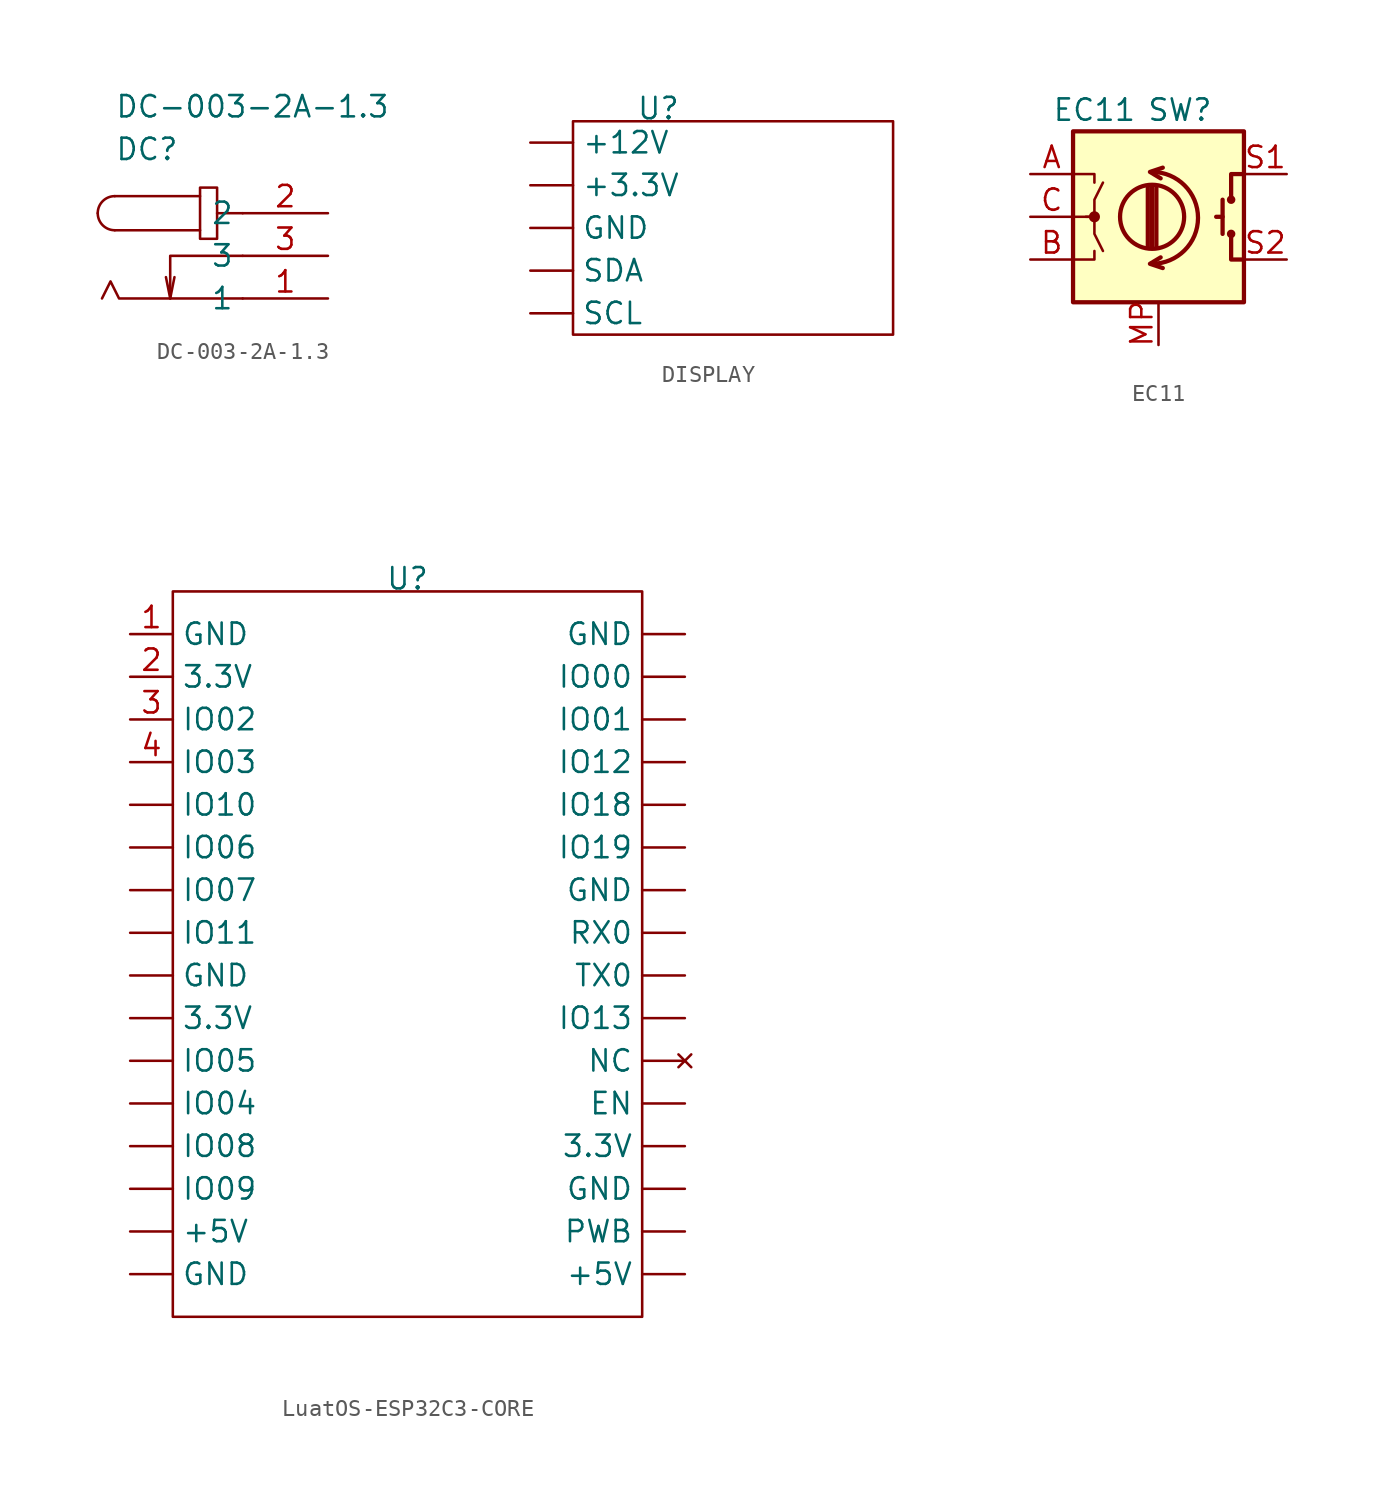
<source format=kicad_sym>
(kicad_symbol_lib
  (version 20231120)
  (generator "kicad_symbol_editor")
  (generator_version "8.0")
  (symbol "DC-003-2A-1.3"
    (property "Reference" "DC"
      (at -5.08 6.35 0)
      (effects (font (size 1.27 1.27)) (justify left)))
    (property "Value" "DC-003-2A-1.3"
      (at -5.08 8.89 0)
      (effects (font (size 1.27 1.27)) (justify left)))
    (symbol "DC-003-2A-1.3_1_1"
      (arc (start -6.096 2.54) (mid -5.7984 1.8216) (end -5.08 1.524) (stroke (width 0.1524) (type default)) (fill (type none)))
      (arc (start -5.08 3.556) (mid -5.7984 3.2584) (end -6.096 2.54) (stroke (width 0.1524) (type default)) (fill (type none)))
      (polyline (pts (xy -1.778 -2.54) (xy -1.524 -1.27)) (stroke (width 0.152) (type default)) (fill (type none)))
      (polyline (pts (xy 0 1.524) (xy -5.08 1.524)) (stroke (width 0.152) (type default)) (fill (type none)))
      (polyline (pts (xy 0 3.556) (xy -5.08 3.556)) (stroke (width 0.152) (type default)) (fill (type none)))
      (polyline (pts (xy 2.54 2.54) (xy 1.016 2.54)) (stroke (width 0.152) (type default)) (fill (type none)))
      (polyline (pts (xy 2.54 -2.54) (xy -4.826 -2.54) (xy -4.826 -2.54) (xy -5.334 -1.524) (xy -5.334 -1.524) (xy -5.842 -2.54)) (stroke (width 0.152) (type default)) (fill (type none)))
      (polyline (pts (xy 2.54 0) (xy -1.778 0) (xy -1.778 0) (xy -1.778 -2.54) (xy -1.778 -2.54) (xy -2.032 -1.27)) (stroke (width 0.152) (type default)) (fill (type none)))
      (rectangle (start 0 1.016) (end 1.016 4.064) (stroke (width 0.152) (type default)) (fill (type none)))
      (pin input line (at 7.62 -2.54 180) (length 5.08) (name "1" (effects (font (size 1.27 1.27)))) (number "1" (effects (font (size 1.27 1.27)))))
      (pin input line (at 7.62 2.54 180) (length 5.08) (name "2" (effects (font (size 1.27 1.27)))) (number "2" (effects (font (size 1.27 1.27)))))
      (pin input line (at 7.62 0 180) (length 5.08) (name "3" (effects (font (size 1.27 1.27)))) (number "3" (effects (font (size 1.27 1.27)))))))
  (symbol "DISPLAY"
    (property "Reference" "U"
      (at 0 0.762 0)
      (effects (font (size 1.27 1.27))))
    (property "Value" ""
      (at 0 0.762 0)
      (effects (font (size 1.27 1.27))))
    (symbol "DISPLAY_0_1"
      (rectangle (start -5.08 0) (end 13.97 -12.7) (stroke (width 0) (type default)) (fill (type none))))
    (symbol "DISPLAY_1_1"
      (pin bidirectional line (at -7.62 -1.27 0) (length 2.54) (name "+12V" (effects (font (size 1.27 1.27)))) (number "" (effects (font (size 1.27 1.27)))))
      (pin bidirectional line (at -7.62 -3.81 0) (length 2.54) (name "+3.3V" (effects (font (size 1.27 1.27)))) (number "" (effects (font (size 1.27 1.27)))))
      (pin bidirectional line (at -7.62 -6.35 0) (length 2.54) (name "GND" (effects (font (size 1.27 1.27)))) (number "" (effects (font (size 1.27 1.27)))))
      (pin bidirectional line (at -7.62 -11.43 0) (length 2.54) (name "SCL" (effects (font (size 1.27 1.27)))) (number "" (effects (font (size 1.27 1.27)))))
      (pin bidirectional line (at -7.62 -8.89 0) (length 2.54) (name "SDA" (effects (font (size 1.27 1.27)))) (number "" (effects (font (size 1.27 1.27)))))))
  (symbol "EC11"
    (pin_names
      (offset 1.016) hide)
    (property "Reference" "SW"
      (at 1.27 0 0)
      (effects (font (size 1.27 1.27))))
    (property "Value" "EC11"
      (at -3.81 0 0)
      (effects (font (size 1.27 1.27))))
    (symbol "EC11_1_1"
      (rectangle (start -5.08 -1.27) (end 5.08 -11.43) (stroke (width 0.254) (type solid)) (fill (type background)))
      (circle (center -3.81 -6.35) (radius 0.254) (stroke (width 0) (type solid)) (fill (type outline)))
      (arc (start -0.381 -9.144) (mid 2.3376 -6.4135) (end -0.381 -3.683) (stroke (width 0.254) (type solid)) (fill (type none)))
      (circle (center -0.381 -6.35) (radius 1.905) (stroke (width 0.254) (type solid)) (fill (type none)))
      (polyline (pts (xy -0.635 -8.128) (xy -0.635 -4.572)) (stroke (width 0.254) (type solid)) (fill (type none)))
      (polyline (pts (xy -0.381 -8.128) (xy -0.381 -4.572)) (stroke (width 0.254) (type solid)) (fill (type none)))
      (polyline (pts (xy -0.127 -4.572) (xy -0.127 -8.128)) (stroke (width 0.254) (type solid)) (fill (type none)))
      (polyline (pts (xy 3.81 -6.35) (xy 3.429 -6.35)) (stroke (width 0.254) (type solid)) (fill (type none)))
      (polyline (pts (xy 3.81 -5.334) (xy 3.81 -7.366)) (stroke (width 0.254) (type solid)) (fill (type none)))
      (polyline (pts (xy -5.08 -8.89) (xy -3.81 -8.89) (xy -3.81 -8.382)) (stroke (width 0) (type solid)) (fill (type none)))
      (polyline (pts (xy -5.08 -3.81) (xy -3.81 -3.81) (xy -3.81 -4.318)) (stroke (width 0) (type solid)) (fill (type none)))
      (polyline (pts (xy 0.254 -9.398) (xy -0.508 -9.144) (xy 0.127 -8.763)) (stroke (width 0.254) (type solid)) (fill (type none)))
      (polyline (pts (xy 0.254 -3.429) (xy -0.508 -3.683) (xy 0.127 -4.064)) (stroke (width 0.254) (type solid)) (fill (type none)))
      (polyline (pts (xy 5.08 -8.89) (xy 4.318 -8.89) (xy 4.318 -7.366)) (stroke (width 0.254) (type solid)) (fill (type none)))
      (polyline (pts (xy 5.08 -3.81) (xy 4.318 -3.81) (xy 4.318 -5.334)) (stroke (width 0.254) (type solid)) (fill (type none)))
      (polyline (pts (xy -5.08 -6.35) (xy -3.81 -6.35) (xy -3.81 -7.366) (xy -3.302 -8.382)) (stroke (width 0) (type solid)) (fill (type none)))
      (polyline (pts (xy -4.318 -6.35) (xy -3.81 -6.35) (xy -3.81 -5.334) (xy -3.302 -4.318)) (stroke (width 0) (type solid)) (fill (type none)))
      (circle (center 4.318 -7.366) (radius 0.127) (stroke (width 0.254) (type solid)) (fill (type none)))
      (circle (center 4.318 -5.334) (radius 0.127) (stroke (width 0.254) (type solid)) (fill (type none)))
      (pin passive line (at -7.62 -3.81 0) (length 2.54) (name "A" (effects (font (size 1.27 1.27)))) (number "A" (effects (font (size 1.27 1.27)))))
      (pin passive line (at -7.62 -8.89 0) (length 2.54) (name "B" (effects (font (size 1.27 1.27)))) (number "B" (effects (font (size 1.27 1.27)))))
      (pin passive line (at -7.62 -6.35 0) (length 2.54) (name "C" (effects (font (size 1.27 1.27)))) (number "C" (effects (font (size 1.27 1.27)))))
      (pin passive line (at 0 -13.97 90) (length 2.54) (name "MP" (effects (font (size 1.27 1.27)))) (number "MP" (effects (font (size 1.27 1.27)))))
      (pin passive line (at 7.62 -3.81 180) (length 2.54) (name "S1" (effects (font (size 1.27 1.27)))) (number "S1" (effects (font (size 1.27 1.27)))))
      (pin passive line (at 7.62 -8.89 180) (length 2.54) (name "S2" (effects (font (size 1.27 1.27)))) (number "S2" (effects (font (size 1.27 1.27)))))))
  (symbol "LuatOS-ESP32C3-CORE"
    (property "Reference" "U"
      (at 0 0.762 0)
      (effects (font (size 1.27 1.27))))
    (property "Value" ""
      (at 0 0 0)
      (effects (font (size 1.27 1.27))))
    (symbol "LuatOS-ESP32C3-CORE_0_1"
      (rectangle (start -13.97 0) (end 13.97 -43.18) (stroke (width 0) (type default)) (fill (type none))))
    (symbol "LuatOS-ESP32C3-CORE_1_1"
      (pin power_in line (at -16.51 -38.1 0) (length 2.54) (name "+5V" (effects (font (size 1.27 1.27)))) (number "" (effects (font (size 1.27 1.27)))))
      (pin power_in line (at 16.51 -40.64 180) (length 2.54) (name "+5V" (effects (font (size 1.27 1.27)))) (number "" (effects (font (size 1.27 1.27)))))
      (pin power_in line (at -16.51 -25.4 0) (length 2.54) (name "3.3V" (effects (font (size 1.27 1.27)))) (number "" (effects (font (size 1.27 1.27)))))
      (pin power_in line (at 16.51 -33.02 180) (length 2.54) (name "3.3V" (effects (font (size 1.27 1.27)))) (number "" (effects (font (size 1.27 1.27)))))
      (pin input line (at 16.51 -30.48 180) (length 2.54) (name "EN" (effects (font (size 1.27 1.27)))) (number "" (effects (font (size 1.27 1.27)))))
      (pin power_in line (at -16.51 -40.64 0) (length 2.54) (name "GND" (effects (font (size 1.27 1.27)))) (number "" (effects (font (size 1.27 1.27)))))
      (pin power_in line (at -16.51 -22.86 0) (length 2.54) (name "GND" (effects (font (size 1.27 1.27)))) (number "" (effects (font (size 1.27 1.27)))))
      (pin power_in line (at 16.51 -35.56 180) (length 2.54) (name "GND" (effects (font (size 1.27 1.27)))) (number "" (effects (font (size 1.27 1.27)))))
      (pin power_in line (at 16.51 -17.78 180) (length 2.54) (name "GND" (effects (font (size 1.27 1.27)))) (number "" (effects (font (size 1.27 1.27)))))
      (pin power_in line (at 16.51 -2.54 180) (length 2.54) (name "GND" (effects (font (size 1.27 1.27)))) (number "" (effects (font (size 1.27 1.27)))))
      (pin bidirectional line (at 16.51 -5.08 180) (length 2.54) (name "IO00" (effects (font (size 1.27 1.27)))) (number "" (effects (font (size 1.27 1.27)))))
      (pin bidirectional line (at 16.51 -7.62 180) (length 2.54) (name "IO01" (effects (font (size 1.27 1.27)))) (number "" (effects (font (size 1.27 1.27)))))
      (pin bidirectional line (at -16.51 -30.48 0) (length 2.54) (name "IO04" (effects (font (size 1.27 1.27)))) (number "" (effects (font (size 1.27 1.27)))))
      (pin bidirectional line (at -16.51 -27.94 0) (length 2.54) (name "IO05" (effects (font (size 1.27 1.27)))) (number "" (effects (font (size 1.27 1.27)))))
      (pin bidirectional line (at -16.51 -15.24 0) (length 2.54) (name "IO06" (effects (font (size 1.27 1.27)))) (number "" (effects (font (size 1.27 1.27)))))
      (pin bidirectional line (at -16.51 -17.78 0) (length 2.54) (name "IO07" (effects (font (size 1.27 1.27)))) (number "" (effects (font (size 1.27 1.27)))))
      (pin bidirectional line (at -16.51 -33.02 0) (length 2.54) (name "IO08" (effects (font (size 1.27 1.27)))) (number "" (effects (font (size 1.27 1.27)))))
      (pin bidirectional line (at -16.51 -35.56 0) (length 2.54) (name "IO09" (effects (font (size 1.27 1.27)))) (number "" (effects (font (size 1.27 1.27)))))
      (pin bidirectional line (at -16.51 -12.7 0) (length 2.54) (name "IO10" (effects (font (size 1.27 1.27)))) (number "" (effects (font (size 1.27 1.27)))))
      (pin bidirectional line (at -16.51 -20.32 0) (length 2.54) (name "IO11" (effects (font (size 1.27 1.27)))) (number "" (effects (font (size 1.27 1.27)))))
      (pin bidirectional line (at 16.51 -10.16 180) (length 2.54) (name "IO12" (effects (font (size 1.27 1.27)))) (number "" (effects (font (size 1.27 1.27)))))
      (pin bidirectional line (at 16.51 -25.4 180) (length 2.54) (name "IO13" (effects (font (size 1.27 1.27)))) (number "" (effects (font (size 1.27 1.27)))))
      (pin bidirectional line (at 16.51 -12.7 180) (length 2.54) (name "IO18" (effects (font (size 1.27 1.27)))) (number "" (effects (font (size 1.27 1.27)))))
      (pin bidirectional line (at 16.51 -15.24 180) (length 2.54) (name "IO19" (effects (font (size 1.27 1.27)))) (number "" (effects (font (size 1.27 1.27)))))
      (pin no_connect line (at 16.51 -27.94 180) (length 2.54) (name "NC" (effects (font (size 1.27 1.27)))) (number "" (effects (font (size 1.27 1.27)))))
      (pin input line (at 16.51 -38.1 180) (length 2.54) (name "PWB" (effects (font (size 1.27 1.27)))) (number "" (effects (font (size 1.27 1.27)))))
      (pin bidirectional line (at 16.51 -20.32 180) (length 2.54) (name "RX0" (effects (font (size 1.27 1.27)))) (number "" (effects (font (size 1.27 1.27)))))
      (pin bidirectional line (at 16.51 -22.86 180) (length 2.54) (name "TX0" (effects (font (size 1.27 1.27)))) (number "" (effects (font (size 1.27 1.27)))))
      (pin power_in line (at -16.51 -2.54 0) (length 2.54) (name "GND" (effects (font (size 1.27 1.27)))) (number "1" (effects (font (size 1.27 1.27)))))
      (pin power_in line (at -16.51 -5.08 0) (length 2.54) (name "3.3V" (effects (font (size 1.27 1.27)))) (number "2" (effects (font (size 1.27 1.27)))))
      (pin bidirectional line (at -16.51 -7.62 0) (length 2.54) (name "IO02" (effects (font (size 1.27 1.27)))) (number "3" (effects (font (size 1.27 1.27)))))
      (pin bidirectional line (at -16.51 -10.16 0) (length 2.54) (name "IO03" (effects (font (size 1.27 1.27)))) (number "4" (effects (font (size 1.27 1.27))))))))
</source>
